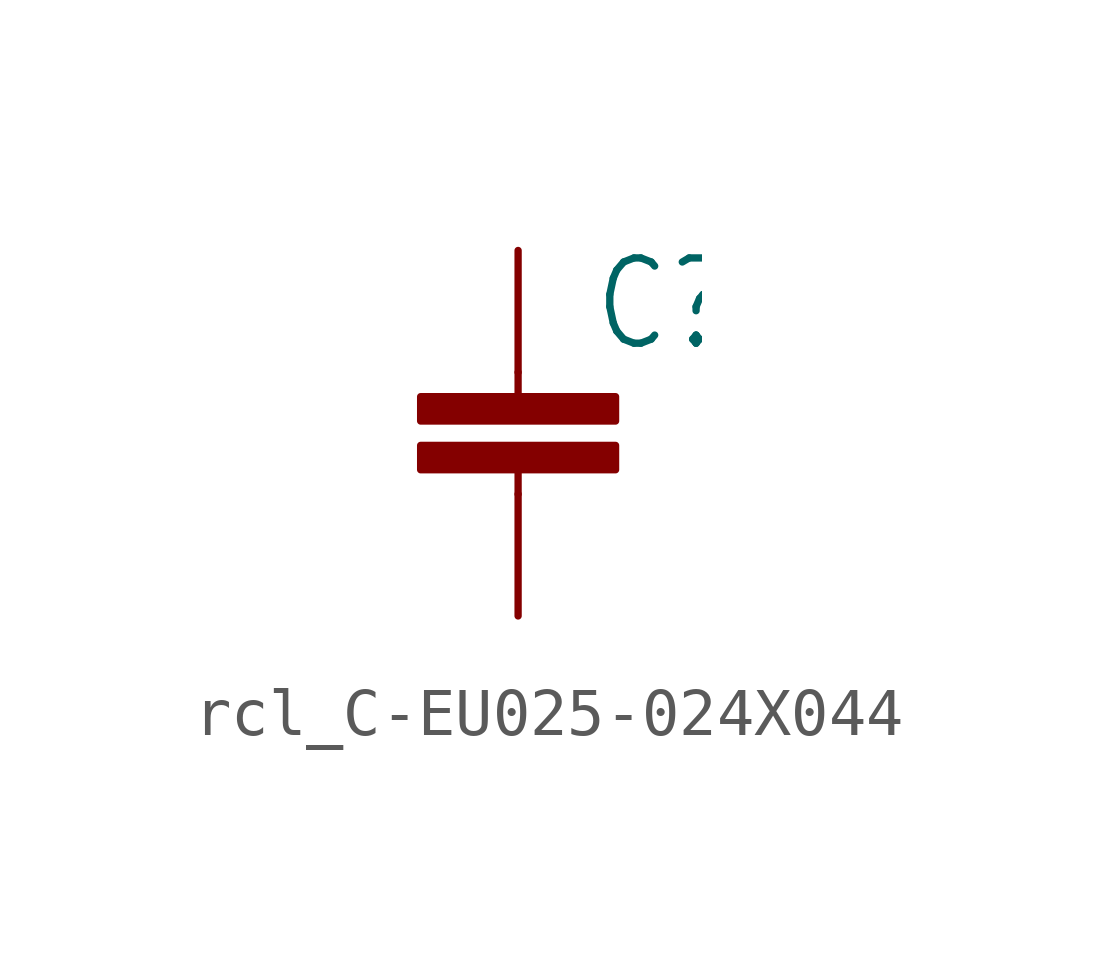
<source format=kicad_sym>
(kicad_symbol_lib
  (version 20241209)
  (generator "kicad_symbol_editor")
  (generator_version "9.0")
  (symbol "rcl_C-EU025-024X044"
    (property "Reference" "C"
      (at 1.524 0.381 0)
      (effects (font (size 1.778 1.511)) (justify left bottom)))
    (property "Value" ""
      (at 1.524 -4.699 0)
      (effects (font (size 1.778 1.511)) (justify left bottom)))
    (property "ki_locked" ""
      (at 0 0 0)
      (effects (font (size 1.27 1.27))))
    (symbol "rcl_C-EU025-024X044_1_0"
      (rectangle (start -2.032 -1.016) (end 2.032 -0.508) (stroke (width 0) (type default)) (fill (type outline)))
      (rectangle (start -2.032 -2.032) (end 2.032 -1.524) (stroke (width 0) (type default)) (fill (type outline)))
      (polyline (pts (xy 0 0) (xy 0 -0.508)) (stroke (width 0.152) (type solid)) (fill (type none)))
      (polyline (pts (xy 0 -2.54) (xy 0 -2.032)) (stroke (width 0.152) (type solid)) (fill (type none)))
      (pin passive line (at 0 2.54 270) (length 2.54) (name "1" (effects (font (size 0 0)))) (number "1" (effects (font (size 0 0)))))
      (pin passive line (at 0 -5.08 90) (length 2.54) (name "2" (effects (font (size 0 0)))) (number "2" (effects (font (size 0 0))))))))
</source>
